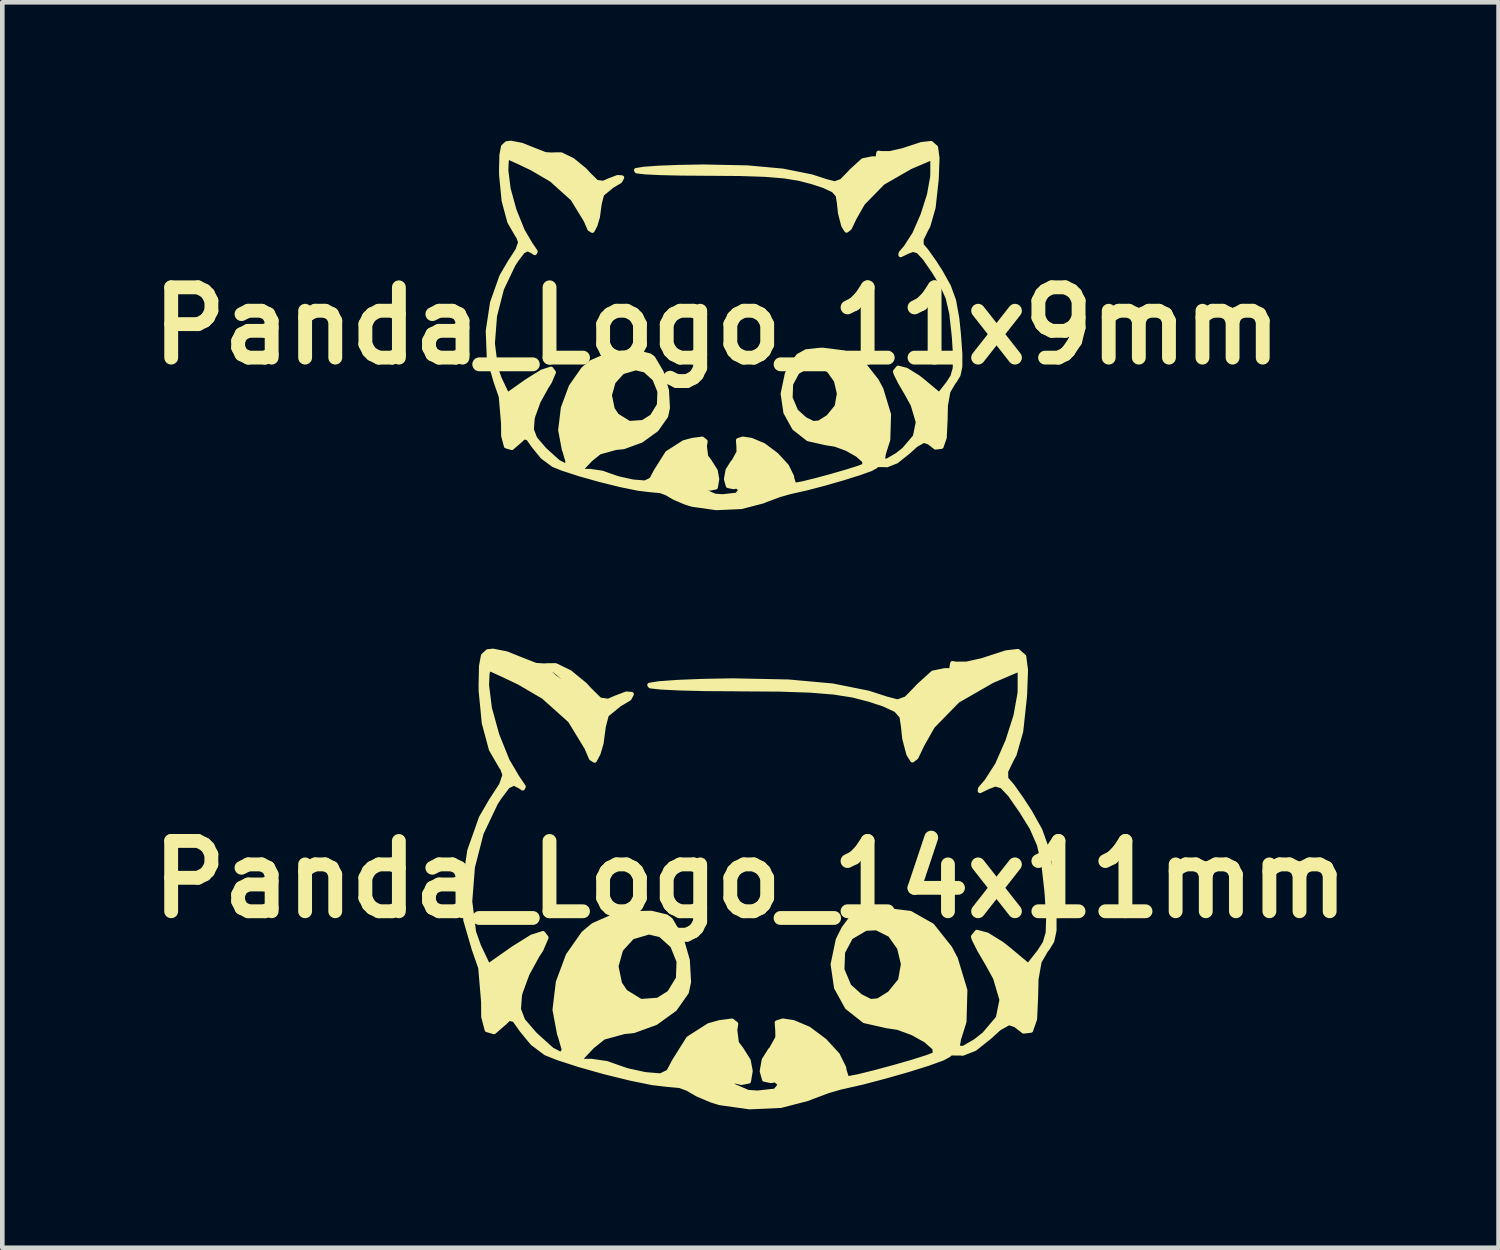
<source format=kicad_pcb>
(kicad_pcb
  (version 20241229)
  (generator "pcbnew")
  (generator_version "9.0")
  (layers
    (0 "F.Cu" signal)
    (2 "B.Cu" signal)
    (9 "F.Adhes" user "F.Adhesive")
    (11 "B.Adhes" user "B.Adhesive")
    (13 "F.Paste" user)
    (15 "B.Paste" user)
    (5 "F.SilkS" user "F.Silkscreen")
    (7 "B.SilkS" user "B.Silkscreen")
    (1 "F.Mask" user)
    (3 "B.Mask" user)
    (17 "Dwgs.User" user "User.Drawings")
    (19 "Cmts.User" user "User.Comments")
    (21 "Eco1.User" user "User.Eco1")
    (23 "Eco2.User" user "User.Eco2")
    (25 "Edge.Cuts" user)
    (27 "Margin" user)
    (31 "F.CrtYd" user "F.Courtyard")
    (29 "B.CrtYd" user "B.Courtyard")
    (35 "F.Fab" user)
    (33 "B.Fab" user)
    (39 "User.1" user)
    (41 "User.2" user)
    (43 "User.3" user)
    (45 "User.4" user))
  (footprint "Panda_Logo_14x11mm"
    (layer "F.Cu")
    (at 13.215 16.012)
    (property "Reference" "Panda_Logo_14x11mm" (at 0 0 0) (layer "F.SilkS") (effects (font (size 1.524 1.524) (thickness 0.3))))
    (attr through_hole)
    (fp_poly (pts (xy 6.586 0.761) (xy 6.585 1.109) (xy 6.537 1.333) (xy 6.437 1.497) (xy 6.407 1.531) (xy 6.262 1.782) (xy 6.195 2.161) (xy 6.186 2.544) (xy 6.164 3.027) (xy 6.078 3.273) (xy 5.922 3.291) (xy 5.746 3.155) (xy 5.602 3.107) (xy 5.39 3.226) (xy 5.181 3.416) (xy 4.863 3.669) (xy 4.601 3.771) (xy 4.547 3.767) (xy 4.345 3.765) (xy 4.292 3.809) (xy 4.163 3.878) (xy 3.85 3.991) (xy 3.415 4.127) (xy 2.921 4.268) (xy 2.43 4.397) (xy 2.004 4.494) (xy 1.968 4.501) (xy 1.687 4.582) (xy 1.316 4.721) (xy 1.242 4.751) (xy 0.659 4.902) (xy -0.019 4.933) (xy -0.664 4.842) (xy -0.848 4.785) (xy -1.151 4.656) (xy -1.34 4.546) (xy -1.346 4.54) (xy -1.53 4.471) (xy -1.81 4.445) (xy -2.128 4.408) (xy -2.606 4.31) (xy -3.163 4.173) (xy -3.716 4.017) (xy -4.186 3.864) (xy -4.434 3.765) (xy -4.723 3.549) (xy -4.955 3.267) (xy -5.116 3.04) (xy -5.232 3.014) (xy -5.331 3.108) (xy -5.558 3.304) (xy -5.711 3.259) (xy -5.785 2.979) (xy -5.788 2.646) (xy -5.85 1.914) (xy -5.991 1.509) (xy -6.174 0.88) (xy -6.203 0.14) (xy -6.087 -0.627) (xy -5.835 -1.338) (xy -5.62 -1.708) (xy -5.398 -2.05) (xy -5.324 -2.264) (xy -5.376 -2.411) (xy -5.394 -2.43) (xy -5.619 -2.818) (xy -5.773 -3.39) (xy -5.84 -4.081) (xy -5.842 -4.21) (xy -5.833 -4.628) (xy -5.791 -4.852) (xy -5.695 -4.94) (xy -5.582 -4.953) (xy -5.286 -4.895) (xy -4.943 -4.757) (xy -4.652 -4.644) (xy -4.453 -4.631) (xy -4.444 -4.636) (xy -4.223 -4.639) (xy -3.913 -4.488) (xy -3.588 -4.222) (xy -3.477 -4.102) (xy -3.264 -3.893) (xy -3.081 -3.867) (xy -2.927 -3.934) (xy -2.69 -4.024) (xy -2.576 -4.016) (xy -2.626 -3.922) (xy -2.841 -3.794) (xy -3.118 -3.567) (xy -3.184 -3.313) (xy -3.232 -2.952) (xy -3.297 -2.731) (xy -3.377 -2.58) (xy -3.45 -2.626) (xy -3.55 -2.857) (xy -3.908 -3.444) (xy -3.955 -3.486) (xy -3.955 -4.23) (xy -4.064 -4.381) (xy -4.26 -4.542) (xy -4.358 -4.572) (xy -4.377 -4.511) (xy -4.247 -4.386) (xy -4.009 -4.221) (xy -3.955 -4.23) (xy -3.955 -3.486) (xy -4.483 -3.959) (xy -5.009 -4.267) (xy -5.361 -4.435) (xy -5.605 -4.546) (xy -5.675 -4.572) (xy -5.704 -4.462) (xy -5.715 -4.214) (xy -5.653 -3.712) (xy -5.491 -3.128) (xy -5.269 -2.576) (xy -5.052 -2.208) (xy -4.919 -2.013) (xy -4.936 -1.978) (xy -4.981 -2.01) (xy -5.125 -2.085) (xy -5.26 -2.02) (xy -5.442 -1.779) (xy -5.521 -1.657) (xy -5.832 -1.003) (xy -6.021 -0.266) (xy -6.079 0.476) (xy -5.996 1.141) (xy -5.889 1.442) (xy -5.682 1.876) (xy -5.14 1.495) (xy -4.738 1.244) (xy -4.496 1.167) (xy -4.425 1.259) (xy -4.535 1.518) (xy -4.621 1.651) (xy -4.839 2.049) (xy -4.988 2.456) (xy -5.002 2.521) (xy -5.023 2.815) (xy -4.931 3.055) (xy -4.685 3.342) (xy -4.648 3.379) (xy -4.303 3.69) (xy -4.098 3.796) (xy -4.037 3.699) (xy -4.123 3.398) (xy -4.141 3.352) (xy -4.24 2.824) (xy -4.168 2.225) (xy -3.952 1.645) (xy -3.619 1.17) (xy -3.405 0.991) (xy -3.029 0.826) (xy -2.58 0.736) (xy -2.147 0.728) (xy -1.819 0.808) (xy -1.732 0.873) (xy -1.503 1.261) (xy -1.363 1.749) (xy -1.336 2.222) (xy -1.384 2.445) (xy -1.551 2.683) (xy -1.551 1.777) (xy -1.688 1.437) (xy -1.948 1.202) (xy -2.2 1.143) (xy -2.563 1.25) (xy -2.809 1.52) (xy -2.909 1.881) (xy -2.832 2.256) (xy -2.711 2.435) (xy -2.378 2.64) (xy -2.005 2.613) (xy -1.756 2.457) (xy -1.565 2.143) (xy -1.551 1.777) (xy -1.551 2.683) (xy -1.639 2.808) (xy -2.052 3.107) (xy -2.529 3.28) (xy -2.74 3.302) (xy -3.185 3.424) (xy -3.429 3.619) (xy -3.727 3.937) (xy -3.443 3.937) (xy -3.111 3.986) (xy -2.944 4.046) (xy -2.676 4.139) (xy -2.307 4.22) (xy -2.266 4.227) (xy -1.947 4.253) (xy -1.774 4.169) (xy -1.651 3.936) (xy -1.344 3.447) (xy -0.899 3.163) (xy -0.667 3.099) (xy -0.399 3.064) (xy -0.314 3.131) (xy -0.334 3.265) (xy -0.299 3.544) (xy -0.199 3.676) (xy -0.042 3.927) (xy 0 4.152) (xy -0.037 4.374) (xy -0.197 4.405) (xy -0.286 4.383) (xy -0.479 4.341) (xy -0.449 4.401) (xy -0.354 4.481) (xy -0.053 4.611) (xy 0.154 4.625) (xy 0.423 4.595) (xy 0.54 4.583) (xy 0.631 4.472) (xy 0.635 4.431) (xy 0.543 4.346) (xy 0.445 4.364) (xy 0.301 4.334) (xy 0.251 4.155) (xy 0.294 3.914) (xy 0.429 3.698) (xy 0.453 3.676) (xy 0.591 3.427) (xy 0.588 3.265) (xy 0.576 3.103) (xy 0.701 3.063) (xy 0.929 3.097) (xy 1.264 3.238) (xy 1.609 3.496) (xy 1.889 3.801) (xy 2.028 4.083) (xy 2.032 4.13) (xy 2.084 4.293) (xy 2.127 4.311) (xy 2.339 4.271) (xy 2.693 4.183) (xy 3.113 4.07) (xy 3.522 3.952) (xy 3.844 3.85) (xy 4.002 3.787) (xy 4.005 3.785) (xy 3.992 3.656) (xy 3.806 3.491) (xy 3.518 3.329) (xy 3.312 3.253) (xy 3.312 1.835) (xy 3.229 1.484) (xy 3.028 1.2) (xy 2.734 1.052) (xy 2.498 1.063) (xy 2.174 1.254) (xy 2.002 1.576) (xy 1.988 1.954) (xy 2.138 2.311) (xy 2.383 2.531) (xy 2.604 2.641) (xy 2.771 2.626) (xy 3.014 2.473) (xy 3.02 2.469) (xy 3.25 2.186) (xy 3.312 1.835) (xy 3.312 3.253) (xy 3.197 3.211) (xy 2.958 3.175) (xy 2.47 3.065) (xy 2.097 2.771) (xy 1.862 2.345) (xy 1.788 1.84) (xy 1.899 1.308) (xy 2.021 1.064) (xy 2.204 0.817) (xy 2.419 0.697) (xy 2.768 0.658) (xy 2.864 0.656) (xy 3.464 0.731) (xy 3.938 0.999) (xy 4.323 1.484) (xy 4.447 1.719) (xy 4.653 2.4) (xy 4.634 3.084) (xy 4.515 3.461) (xy 4.483 3.646) (xy 4.611 3.66) (xy 4.876 3.507) (xy 5.07 3.354) (xy 5.369 3.001) (xy 5.448 2.608) (xy 5.309 2.136) (xy 5.147 1.841) (xy 4.96 1.521) (xy 4.846 1.292) (xy 4.83 1.238) (xy 4.909 1.141) (xy 5.13 1.199) (xy 5.448 1.396) (xy 5.588 1.506) (xy 6.024 1.87) (xy 6.266 1.562) (xy 6.386 1.375) (xy 6.449 1.156) (xy 6.46 0.835) (xy 6.429 0.345) (xy 6.419 0.228) (xy 6.355 -0.34) (xy 6.259 -0.755) (xy 6.101 -1.116) (xy 5.88 -1.474) (xy 5.627 -1.839) (xy 5.453 -2.023) (xy 5.31 -2.065) (xy 5.16 -2.01) (xy 4.976 -1.921) (xy 4.982 -1.968) (xy 5.119 -2.126) (xy 5.353 -2.491) (xy 5.577 -3.002) (xy 5.752 -3.552) (xy 5.839 -4.035) (xy 5.842 -4.124) (xy 5.842 -4.563) (xy 5.239 -4.305) (xy 4.492 -3.876) (xy 3.949 -3.32) (xy 3.723 -2.921) (xy 3.593 -2.648) (xy 3.511 -2.586) (xy 3.434 -2.708) (xy 3.425 -2.731) (xy 3.34 -3.057) (xy 3.311 -3.33) (xy 3.279 -3.533) (xy 3.157 -3.674) (xy 2.889 -3.798) (xy 2.572 -3.902) (xy 2.218 -3.993) (xy 1.809 -4.057) (xy 1.296 -4.099) (xy 0.629 -4.121) (xy -0.24 -4.127) (xy -0.281 -4.128) (xy -0.964 -4.132) (xy -1.53 -4.146) (xy -1.943 -4.166) (xy -2.167 -4.191) (xy -2.186 -4.214) (xy -1.98 -4.247) (xy -1.578 -4.276) (xy -1.034 -4.298) (xy -0.407 -4.309) (xy -0.356 -4.309) (xy 0.821 -4.285) (xy 1.782 -4.198) (xy 2.559 -4.042) (xy 2.949 -3.915) (xy 3.19 -3.852) (xy 3.378 -3.919) (xy 3.606 -4.153) (xy 3.635 -4.187) (xy 3.956 -4.478) (xy 4.211 -4.53) (xy 4.371 -4.53) (xy 4.364 -4.6) (xy 4.379 -4.684) (xy 4.459 -4.671) (xy 4.685 -4.672) (xy 5.027 -4.749) (xy 5.128 -4.782) (xy 5.544 -4.917) (xy 5.799 -4.946) (xy 5.929 -4.832) (xy 5.967 -4.541) (xy 5.949 -4.037) (xy 5.943 -3.948) (xy 5.863 -3.209) (xy 5.721 -2.711) (xy 5.66 -2.598) (xy 5.536 -2.342) (xy 5.54 -2.181) (xy 5.547 -2.175) (xy 5.672 -2.031) (xy 5.877 -1.74) (xy 6.059 -1.46) (xy 6.278 -1.068) (xy 6.417 -0.68) (xy 6.504 -0.2) (xy 6.548 0.226) (xy 6.586 0.761)) (stroke (width 0.1) (type solid)) (fill yes) (layer "F.SilkS")))
  (footprint "Panda_Logo_11x9mm"
    (layer "F.Cu")
    (at 12.49 4.012)
    (property "Reference" "Panda_Logo_11x9mm" (at 0 0 0) (layer "F.SilkS") (effects (font (size 1.524 1.524) (thickness 0.3))))
    (attr through_hole)
    (fp_poly (pts (xy 5.269 0.609) (xy 5.268 0.887) (xy 5.23 1.066) (xy 5.15 1.197) (xy 5.126 1.225) (xy 5.009 1.425) (xy 4.956 1.728) (xy 4.949 2.035) (xy 4.931 2.422) (xy 4.863 2.618) (xy 4.737 2.633) (xy 4.596 2.524) (xy 4.482 2.485) (xy 4.312 2.581) (xy 4.145 2.732) (xy 3.89 2.935) (xy 3.681 3.017) (xy 3.638 3.013) (xy 3.476 3.012) (xy 3.434 3.047) (xy 3.331 3.103) (xy 3.08 3.192) (xy 2.732 3.301) (xy 2.337 3.415) (xy 1.944 3.518) (xy 1.603 3.595) (xy 1.575 3.601) (xy 1.349 3.666) (xy 1.053 3.776) (xy 0.994 3.801) (xy 0.528 3.922) (xy -0.015 3.946) (xy -0.532 3.873) (xy -0.679 3.828) (xy -0.921 3.725) (xy -1.072 3.637) (xy -1.076 3.632) (xy -1.224 3.577) (xy -1.448 3.556) (xy -1.703 3.526) (xy -2.085 3.448) (xy -2.53 3.338) (xy -2.973 3.214) (xy -3.349 3.092) (xy -3.547 3.012) (xy -3.778 2.84) (xy -3.964 2.613) (xy -4.093 2.432) (xy -4.186 2.411) (xy -4.265 2.486) (xy -4.447 2.643) (xy -4.569 2.607) (xy -4.628 2.383) (xy -4.63 2.117) (xy -4.68 1.531) (xy -4.793 1.207) (xy -4.939 0.704) (xy -4.962 0.112) (xy -4.869 -0.502) (xy -4.668 -1.07) (xy -4.496 -1.366) (xy -4.319 -1.64) (xy -4.259 -1.811) (xy -4.301 -1.928) (xy -4.315 -1.944) (xy -4.495 -2.254) (xy -4.618 -2.712) (xy -4.672 -3.265) (xy -4.674 -3.368) (xy -4.666 -3.703) (xy -4.632 -3.882) (xy -4.556 -3.952) (xy -4.465 -3.962) (xy -4.229 -3.916) (xy -3.954 -3.806) (xy -3.722 -3.715) (xy -3.563 -3.705) (xy -3.555 -3.709) (xy -3.378 -3.711) (xy -3.13 -3.59) (xy -2.87 -3.378) (xy -2.782 -3.282) (xy -2.611 -3.114) (xy -2.465 -3.093) (xy -2.341 -3.147) (xy -2.152 -3.219) (xy -2.061 -3.212) (xy -2.101 -3.138) (xy -2.273 -3.035) (xy -2.494 -2.854) (xy -2.547 -2.651) (xy -2.586 -2.361) (xy -2.638 -2.184) (xy -2.701 -2.064) (xy -2.76 -2.101) (xy -2.84 -2.286) (xy -3.127 -2.755) (xy -3.164 -2.788) (xy -3.164 -3.384) (xy -3.251 -3.505) (xy -3.408 -3.633) (xy -3.486 -3.658) (xy -3.502 -3.609) (xy -3.398 -3.508) (xy -3.207 -3.377) (xy -3.164 -3.384) (xy -3.164 -2.788) (xy -3.586 -3.167) (xy -4.007 -3.414) (xy -4.288 -3.548) (xy -4.484 -3.637) (xy -4.54 -3.658) (xy -4.563 -3.57) (xy -4.572 -3.371) (xy -4.522 -2.97) (xy -4.393 -2.502) (xy -4.215 -2.061) (xy -4.042 -1.767) (xy -3.935 -1.611) (xy -3.949 -1.582) (xy -3.985 -1.608) (xy -4.1 -1.668) (xy -4.208 -1.616) (xy -4.354 -1.423) (xy -4.417 -1.325) (xy -4.666 -0.803) (xy -4.817 -0.213) (xy -4.863 0.381) (xy -4.797 0.913) (xy -4.711 1.153) (xy -4.545 1.501) (xy -4.112 1.196) (xy -3.79 0.996) (xy -3.597 0.934) (xy -3.54 1.008) (xy -3.628 1.215) (xy -3.696 1.321) (xy -3.872 1.639) (xy -3.99 1.965) (xy -4.002 2.017) (xy -4.018 2.252) (xy -3.945 2.444) (xy -3.748 2.673) (xy -3.718 2.703) (xy -3.442 2.952) (xy -3.278 3.037) (xy -3.229 2.959) (xy -3.298 2.718) (xy -3.313 2.682) (xy -3.392 2.259) (xy -3.334 1.78) (xy -3.162 1.316) (xy -2.896 0.936) (xy -2.724 0.793) (xy -2.423 0.66) (xy -2.064 0.589) (xy -1.717 0.582) (xy -1.456 0.647) (xy -1.386 0.699) (xy -1.203 1.009) (xy -1.09 1.399) (xy -1.069 1.778) (xy -1.107 1.956) (xy -1.241 2.146) (xy -1.241 1.422) (xy -1.35 1.15) (xy -1.558 0.962) (xy -1.76 0.914) (xy -2.051 1) (xy -2.247 1.216) (xy -2.327 1.505) (xy -2.265 1.805) (xy -2.169 1.948) (xy -1.902 2.112) (xy -1.604 2.091) (xy -1.405 1.965) (xy -1.252 1.715) (xy -1.241 1.422) (xy -1.241 2.146) (xy -1.311 2.246) (xy -1.642 2.485) (xy -2.023 2.624) (xy -2.192 2.641) (xy -2.548 2.739) (xy -2.743 2.896) (xy -2.982 3.15) (xy -2.754 3.15) (xy -2.489 3.189) (xy -2.356 3.237) (xy -2.141 3.311) (xy -1.846 3.376) (xy -1.812 3.382) (xy -1.558 3.402) (xy -1.42 3.335) (xy -1.321 3.149) (xy -1.075 2.758) (xy -0.719 2.53) (xy -0.533 2.479) (xy -0.319 2.451) (xy -0.252 2.505) (xy -0.268 2.612) (xy -0.239 2.835) (xy -0.159 2.941) (xy -0.033 3.142) (xy 0 3.321) (xy -0.03 3.499) (xy -0.158 3.524) (xy -0.229 3.507) (xy -0.383 3.472) (xy -0.359 3.521) (xy -0.283 3.585) (xy -0.042 3.689) (xy 0.124 3.7) (xy 0.339 3.676) (xy 0.432 3.666) (xy 0.505 3.578) (xy 0.508 3.545) (xy 0.434 3.477) (xy 0.356 3.491) (xy 0.241 3.467) (xy 0.201 3.324) (xy 0.235 3.131) (xy 0.343 2.958) (xy 0.363 2.941) (xy 0.473 2.742) (xy 0.471 2.612) (xy 0.461 2.482) (xy 0.561 2.45) (xy 0.743 2.478) (xy 1.011 2.59) (xy 1.287 2.797) (xy 1.511 3.041) (xy 1.622 3.266) (xy 1.626 3.304) (xy 1.667 3.434) (xy 1.702 3.449) (xy 1.871 3.417) (xy 2.154 3.347) (xy 2.49 3.256) (xy 2.818 3.161) (xy 3.075 3.08) (xy 3.201 3.03) (xy 3.204 3.028) (xy 3.193 2.925) (xy 3.045 2.793) (xy 2.815 2.663) (xy 2.649 2.602) (xy 2.649 1.468) (xy 2.584 1.187) (xy 2.423 0.96) (xy 2.187 0.842) (xy 1.998 0.85) (xy 1.739 1.003) (xy 1.601 1.261) (xy 1.59 1.563) (xy 1.711 1.849) (xy 1.906 2.025) (xy 2.083 2.113) (xy 2.217 2.101) (xy 2.411 1.979) (xy 2.416 1.975) (xy 2.6 1.749) (xy 2.649 1.468) (xy 2.649 2.602) (xy 2.557 2.569) (xy 2.366 2.54) (xy 1.976 2.452) (xy 1.677 2.217) (xy 1.489 1.876) (xy 1.43 1.472) (xy 1.519 1.046) (xy 1.617 0.851) (xy 1.763 0.653) (xy 1.935 0.558) (xy 2.214 0.527) (xy 2.291 0.524) (xy 2.771 0.584) (xy 3.151 0.799) (xy 3.458 1.188) (xy 3.558 1.375) (xy 3.723 1.92) (xy 3.707 2.468) (xy 3.612 2.769) (xy 3.587 2.917) (xy 3.689 2.928) (xy 3.901 2.805) (xy 4.056 2.683) (xy 4.296 2.401) (xy 4.359 2.086) (xy 4.247 1.709) (xy 4.117 1.473) (xy 3.968 1.217) (xy 3.877 1.033) (xy 3.864 0.991) (xy 3.927 0.913) (xy 4.104 0.959) (xy 4.359 1.117) (xy 4.471 1.205) (xy 4.819 1.496) (xy 5.013 1.249) (xy 5.109 1.1) (xy 5.159 0.925) (xy 5.168 0.668) (xy 5.143 0.276) (xy 5.135 0.183) (xy 5.084 -0.272) (xy 5.007 -0.604) (xy 4.88 -0.893) (xy 4.704 -1.179) (xy 4.501 -1.471) (xy 4.363 -1.619) (xy 4.248 -1.652) (xy 4.128 -1.608) (xy 3.981 -1.537) (xy 3.986 -1.574) (xy 4.095 -1.701) (xy 4.283 -1.993) (xy 4.462 -2.402) (xy 4.602 -2.842) (xy 4.671 -3.228) (xy 4.674 -3.299) (xy 4.674 -3.65) (xy 4.191 -3.444) (xy 3.594 -3.101) (xy 3.159 -2.656) (xy 2.978 -2.337) (xy 2.874 -2.119) (xy 2.809 -2.069) (xy 2.747 -2.166) (xy 2.74 -2.184) (xy 2.672 -2.446) (xy 2.649 -2.664) (xy 2.623 -2.826) (xy 2.526 -2.939) (xy 2.311 -3.038) (xy 2.057 -3.121) (xy 1.774 -3.194) (xy 1.447 -3.246) (xy 1.037 -3.279) (xy 0.503 -3.297) (xy -0.192 -3.302) (xy -0.225 -3.302) (xy -0.771 -3.306) (xy -1.224 -3.316) (xy -1.554 -3.332) (xy -1.734 -3.353) (xy -1.749 -3.371) (xy -1.584 -3.398) (xy -1.262 -3.421) (xy -0.827 -3.438) (xy -0.325 -3.447) (xy -0.284 -3.447) (xy 0.657 -3.428) (xy 1.425 -3.358) (xy 2.047 -3.234) (xy 2.359 -3.132) (xy 2.552 -3.082) (xy 2.702 -3.135) (xy 2.885 -3.322) (xy 2.908 -3.349) (xy 3.165 -3.583) (xy 3.369 -3.624) (xy 3.497 -3.624) (xy 3.491 -3.68) (xy 3.503 -3.747) (xy 3.567 -3.737) (xy 3.748 -3.737) (xy 4.021 -3.799) (xy 4.102 -3.825) (xy 4.435 -3.934) (xy 4.64 -3.957) (xy 4.743 -3.866) (xy 4.774 -3.633) (xy 4.759 -3.23) (xy 4.755 -3.158) (xy 4.69 -2.567) (xy 4.577 -2.169) (xy 4.528 -2.079) (xy 4.429 -1.874) (xy 4.432 -1.745) (xy 4.438 -1.74) (xy 4.537 -1.625) (xy 4.702 -1.392) (xy 4.847 -1.168) (xy 5.022 -0.854) (xy 5.134 -0.544) (xy 5.203 -0.16) (xy 5.238 0.18) (xy 5.269 0.609)) (stroke (width 0.1) (type solid)) (fill yes) (layer "F.SilkS")))
  (gr_rect
    (start -3 -3)
    (end 29.431 23.995)
    (stroke (width 0.1) (type default))
    (fill no)
    (layer "Edge.Cuts")))
</source>
